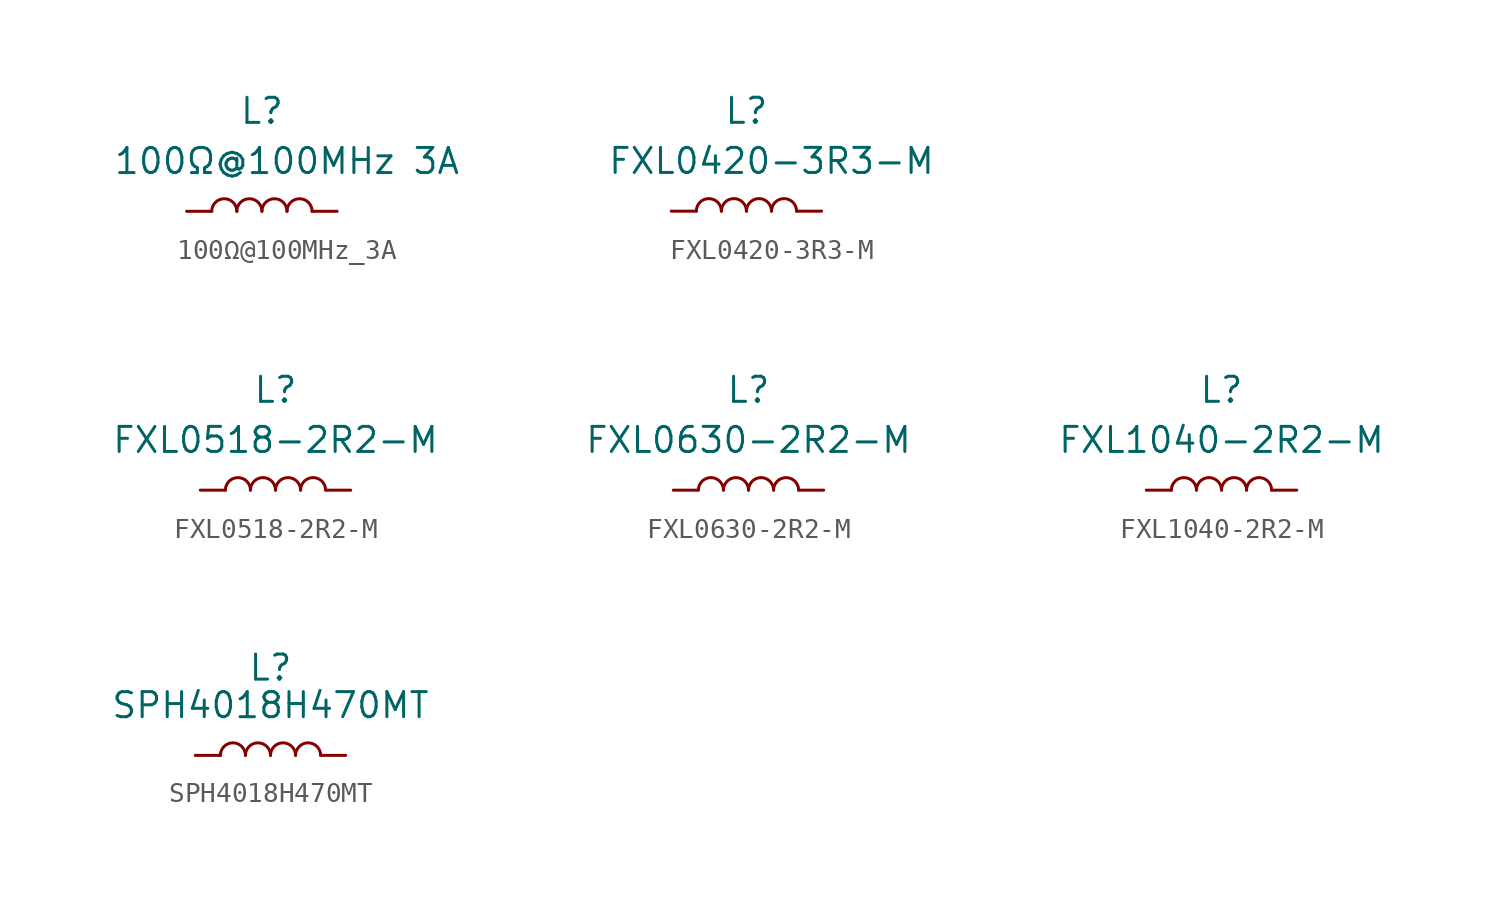
<source format=kicad_sym>
(kicad_symbol_lib
  (version 20220914)
  (generator kicad_symbol_editor)
  (symbol "100Ω@100MHz_3A"
    (pin_numbers hide)
    (pin_names
      (offset 1.016) hide)
    (property "Reference" "L"
      (at 0 5.08 0)
      (do_not_autoplace)
      (effects (font (size 1.27 1.27))))
    (property "Value" "100Ω@100MHz 3A"
      (at 1.27 2.54 0)
      (do_not_autoplace)
      (effects (font (size 1.27 1.27))))
    (symbol "100Ω@100MHz_3A_0_1"
      (arc (start -1.27 0) (mid -1.905 0.6323) (end -2.54 0) (stroke (width 0) (type default)) (fill (type none)))
      (arc (start 0 0) (mid -0.635 0.6323) (end -1.27 0) (stroke (width 0) (type default)) (fill (type none)))
      (arc (start 1.27 0) (mid 0.635 0.6323) (end 0 0) (stroke (width 0) (type default)) (fill (type none)))
      (arc (start 2.54 0) (mid 1.905 0.6323) (end 1.27 0) (stroke (width 0) (type default)) (fill (type none))))
    (symbol "100Ω@100MHz_3A_1_1"
      (pin passive line (at -3.81 0 0) (length 1.27) (name "1" (effects (font (size 1.27 1.27)))) (number "1" (effects (font (size 1.27 1.27)))))
      (pin passive line (at 3.81 0 180) (length 1.27) (name "2" (effects (font (size 1.27 1.27)))) (number "2" (effects (font (size 1.27 1.27)))))))
  (symbol "FXL0420-3R3-M"
    (pin_numbers hide)
    (pin_names hide)
    (property "Reference" "L"
      (at 0 5.08 0)
      (do_not_autoplace)
      (effects (font (size 1.27 1.27))))
    (property "Value" "FXL0420-3R3-M"
      (at 1.27 2.54 0)
      (do_not_autoplace)
      (effects (font (size 1.27 1.27))))
    (symbol "FXL0420-3R3-M_0_1"
      (arc (start -1.27 0) (mid -1.905 0.6323) (end -2.54 0) (stroke (width 0) (type default)) (fill (type none)))
      (arc (start 0 0) (mid -0.635 0.6323) (end -1.27 0) (stroke (width 0) (type default)) (fill (type none)))
      (arc (start 1.27 0) (mid 0.635 0.6323) (end 0 0) (stroke (width 0) (type default)) (fill (type none)))
      (arc (start 2.54 0) (mid 1.905 0.6323) (end 1.27 0) (stroke (width 0) (type default)) (fill (type none))))
    (symbol "FXL0420-3R3-M_1_1"
      (pin passive line (at -3.81 0 0) (length 1.27) (name "~" (effects (font (size 1.27 1.27)))) (number "1" (effects (font (size 1.27 1.27)))))
      (pin passive line (at 3.81 0 180) (length 1.27) (name "~" (effects (font (size 1.27 1.27)))) (number "2" (effects (font (size 1.27 1.27)))))))
  (symbol "FXL0518-2R2-M"
    (pin_numbers hide)
    (pin_names hide)
    (property "Reference" "L"
      (at 0 5.08 0)
      (do_not_autoplace)
      (effects (font (size 1.27 1.27))))
    (property "Value" "FXL0518-2R2-M"
      (at 0 2.54 0)
      (do_not_autoplace)
      (effects (font (size 1.27 1.27))))
    (symbol "FXL0518-2R2-M_0_1"
      (arc (start -1.27 0) (mid -1.905 0.6323) (end -2.54 0) (stroke (width 0) (type default)) (fill (type none)))
      (arc (start 0 0) (mid -0.635 0.6323) (end -1.27 0) (stroke (width 0) (type default)) (fill (type none)))
      (arc (start 1.27 0) (mid 0.635 0.6323) (end 0 0) (stroke (width 0) (type default)) (fill (type none)))
      (arc (start 2.54 0) (mid 1.905 0.6323) (end 1.27 0) (stroke (width 0) (type default)) (fill (type none))))
    (symbol "FXL0518-2R2-M_1_1"
      (pin passive line (at -3.81 0 0) (length 1.27) (name "~" (effects (font (size 1.27 1.27)))) (number "1" (effects (font (size 1.27 1.27)))))
      (pin passive line (at 3.81 0 180) (length 1.27) (name "~" (effects (font (size 1.27 1.27)))) (number "2" (effects (font (size 1.27 1.27)))))))
  (symbol "FXL0630-2R2-M"
    (pin_numbers hide)
    (pin_names hide)
    (property "Reference" "L"
      (at 0 5.08 0)
      (do_not_autoplace)
      (effects (font (size 1.27 1.27))))
    (property "Value" "FXL0630-2R2-M"
      (at 0 2.54 0)
      (do_not_autoplace)
      (effects (font (size 1.27 1.27))))
    (symbol "FXL0630-2R2-M_0_1"
      (arc (start -1.27 0) (mid -1.905 0.6323) (end -2.54 0) (stroke (width 0) (type default)) (fill (type none)))
      (arc (start 0 0) (mid -0.635 0.6323) (end -1.27 0) (stroke (width 0) (type default)) (fill (type none)))
      (arc (start 1.27 0) (mid 0.635 0.6323) (end 0 0) (stroke (width 0) (type default)) (fill (type none)))
      (arc (start 2.54 0) (mid 1.905 0.6323) (end 1.27 0) (stroke (width 0) (type default)) (fill (type none))))
    (symbol "FXL0630-2R2-M_1_1"
      (pin passive line (at -3.81 0 0) (length 1.27) (name "~" (effects (font (size 1.27 1.27)))) (number "1" (effects (font (size 1.27 1.27)))))
      (pin passive line (at 3.81 0 180) (length 1.27) (name "~" (effects (font (size 1.27 1.27)))) (number "2" (effects (font (size 1.27 1.27)))))))
  (symbol "FXL1040-2R2-M"
    (pin_numbers hide)
    (pin_names hide)
    (property "Reference" "L"
      (at 0 5.08 0)
      (do_not_autoplace)
      (effects (font (size 1.27 1.27))))
    (property "Value" "FXL1040-2R2-M"
      (at 0 2.54 0)
      (do_not_autoplace)
      (effects (font (size 1.27 1.27))))
    (symbol "FXL1040-2R2-M_0_1"
      (arc (start -1.27 0) (mid -1.905 0.6323) (end -2.54 0) (stroke (width 0) (type default)) (fill (type none)))
      (arc (start 0 0) (mid -0.635 0.6323) (end -1.27 0) (stroke (width 0) (type default)) (fill (type none)))
      (arc (start 1.27 0) (mid 0.635 0.6323) (end 0 0) (stroke (width 0) (type default)) (fill (type none)))
      (arc (start 2.54 0) (mid 1.905 0.6323) (end 1.27 0) (stroke (width 0) (type default)) (fill (type none))))
    (symbol "FXL1040-2R2-M_1_1"
      (pin passive line (at -3.81 0 0) (length 1.27) (name "~" (effects (font (size 1.27 1.27)))) (number "1" (effects (font (size 1.27 1.27)))))
      (pin passive line (at 3.81 0 180) (length 1.27) (name "~" (effects (font (size 1.27 1.27)))) (number "2" (effects (font (size 1.27 1.27)))))))
  (symbol "SPH4018H470MT"
    (pin_numbers hide)
    (pin_names hide)
    (property "Reference" "L"
      (at 0 4.445 0)
      (do_not_autoplace)
      (effects (font (size 1.27 1.27))))
    (property "Value" "SPH4018H470MT"
      (at 0 2.54 0)
      (do_not_autoplace)
      (effects (font (size 1.27 1.27))))
    (symbol "SPH4018H470MT_0_1"
      (arc (start -1.27 0) (mid -1.905 0.6323) (end -2.54 0) (stroke (width 0) (type default)) (fill (type none)))
      (arc (start 0 0) (mid -0.635 0.6323) (end -1.27 0) (stroke (width 0) (type default)) (fill (type none)))
      (arc (start 1.27 0) (mid 0.635 0.6323) (end 0 0) (stroke (width 0) (type default)) (fill (type none)))
      (arc (start 2.54 0) (mid 1.905 0.6323) (end 1.27 0) (stroke (width 0) (type default)) (fill (type none))))
    (symbol "SPH4018H470MT_1_1"
      (pin passive line (at -3.81 0 0) (length 1.27) (name "~" (effects (font (size 1.27 1.27)))) (number "1" (effects (font (size 1.27 1.27)))))
      (pin passive line (at 3.81 0 180) (length 1.27) (name "~" (effects (font (size 1.27 1.27)))) (number "2" (effects (font (size 1.27 1.27))))))))
</source>
